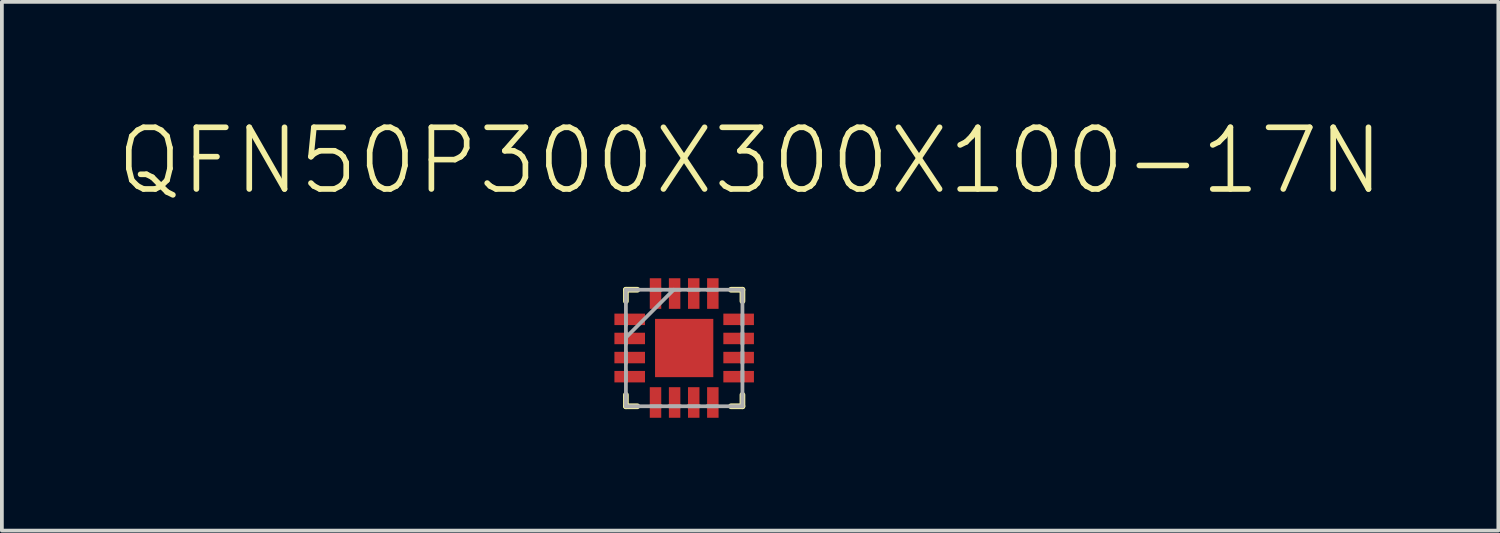
<source format=kicad_pcb>
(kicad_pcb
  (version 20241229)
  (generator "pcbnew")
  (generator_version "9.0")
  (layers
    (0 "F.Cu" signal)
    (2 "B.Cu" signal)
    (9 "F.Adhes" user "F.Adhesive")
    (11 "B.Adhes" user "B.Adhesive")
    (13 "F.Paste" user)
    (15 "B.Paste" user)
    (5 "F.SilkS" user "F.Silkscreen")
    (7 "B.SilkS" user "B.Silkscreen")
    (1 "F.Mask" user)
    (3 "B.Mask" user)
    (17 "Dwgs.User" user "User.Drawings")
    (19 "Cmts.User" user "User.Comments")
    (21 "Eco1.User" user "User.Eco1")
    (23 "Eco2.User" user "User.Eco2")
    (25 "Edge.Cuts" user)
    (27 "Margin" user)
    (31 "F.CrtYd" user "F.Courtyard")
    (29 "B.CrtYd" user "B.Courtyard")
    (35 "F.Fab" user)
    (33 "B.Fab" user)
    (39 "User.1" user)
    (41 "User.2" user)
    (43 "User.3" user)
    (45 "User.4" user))
  (footprint "QFN50P300X300X100-17N"
    (layer "F.Cu")
    (at 15.139 6.202)
    (property "Reference" "QFN50P300X300X100-17N" (at 1.753 -4.979 0) (layer "F.SilkS") (effects (font (size 1.64 1.64) (thickness 0.15))))
    (attr through_hole)
    (fp_line (start -1.549 -1.549) (end -1.549 -1.245) (stroke (width 0.152) (type solid)) (layer "F.SilkS"))
    (fp_line (start -1.549 1.245) (end -1.549 1.549) (stroke (width 0.152) (type solid)) (layer "F.SilkS"))
    (fp_line (start -1.549 1.549) (end -1.245 1.549) (stroke (width 0.152) (type solid)) (layer "F.SilkS"))
    (fp_line (start -1.245 -1.549) (end -1.549 -1.549) (stroke (width 0.152) (type solid)) (layer "F.SilkS"))
    (fp_line (start 1.245 1.549) (end 1.549 1.549) (stroke (width 0.152) (type solid)) (layer "F.SilkS"))
    (fp_line (start 1.549 -1.549) (end 1.245 -1.549) (stroke (width 0.152) (type solid)) (layer "F.SilkS"))
    (fp_line (start 1.549 -1.245) (end 1.549 -1.549) (stroke (width 0.152) (type solid)) (layer "F.SilkS"))
    (fp_line (start 1.549 1.549) (end 1.549 1.245) (stroke (width 0.152) (type solid)) (layer "F.SilkS"))
    (fp_line (start -1.549 -1.549) (end -1.549 1.549) (stroke (width 0.1) (type solid)) (layer "F.Fab"))
    (fp_line (start -1.549 -0.889) (end -1.549 -0.61) (stroke (width 0.1) (type solid)) (layer "F.Fab"))
    (fp_line (start -1.549 -0.406) (end -1.549 -0.102) (stroke (width 0.1) (type solid)) (layer "F.Fab"))
    (fp_line (start -1.549 -0.279) (end -0.279 -1.549) (stroke (width 0.1) (type solid)) (layer "F.Fab"))
    (fp_line (start -1.549 0.102) (end -1.549 0.406) (stroke (width 0.1) (type solid)) (layer "F.Fab"))
    (fp_line (start -1.549 0.61) (end -1.549 0.889) (stroke (width 0.1) (type solid)) (layer "F.Fab"))
    (fp_line (start -1.549 1.549) (end 1.549 1.549) (stroke (width 0.1) (type solid)) (layer "F.Fab"))
    (fp_line (start -0.889 1.549) (end -0.61 1.549) (stroke (width 0.1) (type solid)) (layer "F.Fab"))
    (fp_line (start -0.61 -1.549) (end -0.889 -1.549) (stroke (width 0.1) (type solid)) (layer "F.Fab"))
    (fp_line (start -0.406 1.549) (end -0.102 1.549) (stroke (width 0.1) (type solid)) (layer "F.Fab"))
    (fp_line (start -0.102 -1.549) (end -0.406 -1.549) (stroke (width 0.1) (type solid)) (layer "F.Fab"))
    (fp_line (start 0.102 1.549) (end 0.406 1.549) (stroke (width 0.1) (type solid)) (layer "F.Fab"))
    (fp_line (start 0.406 -1.549) (end 0.102 -1.549) (stroke (width 0.1) (type solid)) (layer "F.Fab"))
    (fp_line (start 0.61 1.549) (end 0.889 1.549) (stroke (width 0.1) (type solid)) (layer "F.Fab"))
    (fp_line (start 0.889 -1.549) (end 0.61 -1.549) (stroke (width 0.1) (type solid)) (layer "F.Fab"))
    (fp_line (start 1.549 -1.549) (end -1.549 -1.549) (stroke (width 0.1) (type solid)) (layer "F.Fab"))
    (fp_line (start 1.549 -0.61) (end 1.549 -0.889) (stroke (width 0.1) (type solid)) (layer "F.Fab"))
    (fp_line (start 1.549 -0.102) (end 1.549 -0.406) (stroke (width 0.1) (type solid)) (layer "F.Fab"))
    (fp_line (start 1.549 0.406) (end 1.549 0.102) (stroke (width 0.1) (type solid)) (layer "F.Fab"))
    (fp_line (start 1.549 0.889) (end 1.549 0.61) (stroke (width 0.1) (type solid)) (layer "F.Fab"))
    (fp_line (start 1.549 1.549) (end 1.549 -1.549) (stroke (width 0.1) (type solid)) (layer "F.Fab"))
    (pad "1" smd rect (at -1.448 -0.762) (size 0.813 0.305) (layers "F.Cu" "F.Mask" "F.Paste"))
    (pad "2" smd rect (at -1.448 -0.254) (size 0.813 0.305) (layers "F.Cu" "F.Mask" "F.Paste"))
    (pad "3" smd rect (at -1.448 0.254) (size 0.813 0.305) (layers "F.Cu" "F.Mask" "F.Paste"))
    (pad "4" smd rect (at -1.448 0.762) (size 0.813 0.305) (layers "F.Cu" "F.Mask" "F.Paste"))
    (pad "5" smd rect (at -0.762 1.448) (size 0.305 0.813) (layers "F.Cu" "F.Mask" "F.Paste"))
    (pad "6" smd rect (at -0.254 1.448) (size 0.305 0.813) (layers "F.Cu" "F.Mask" "F.Paste"))
    (pad "7" smd rect (at 0.254 1.448) (size 0.305 0.813) (layers "F.Cu" "F.Mask" "F.Paste"))
    (pad "8" smd rect (at 0.762 1.448) (size 0.305 0.813) (layers "F.Cu" "F.Mask" "F.Paste"))
    (pad "9" smd rect (at 1.448 0.762) (size 0.813 0.305) (layers "F.Cu" "F.Mask" "F.Paste"))
    (pad "10" smd rect (at 1.448 0.254) (size 0.813 0.305) (layers "F.Cu" "F.Mask" "F.Paste"))
    (pad "11" smd rect (at 1.448 -0.254) (size 0.813 0.305) (layers "F.Cu" "F.Mask" "F.Paste"))
    (pad "12" smd rect (at 1.448 -0.762) (size 0.813 0.305) (layers "F.Cu" "F.Mask" "F.Paste"))
    (pad "13" smd rect (at 0.762 -1.448) (size 0.305 0.813) (layers "F.Cu" "F.Mask" "F.Paste"))
    (pad "14" smd rect (at 0.254 -1.448) (size 0.305 0.813) (layers "F.Cu" "F.Mask" "F.Paste"))
    (pad "15" smd rect (at -0.254 -1.448) (size 0.305 0.813) (layers "F.Cu" "F.Mask" "F.Paste"))
    (pad "16" smd rect (at -0.762 -1.448) (size 0.305 0.813) (layers "F.Cu" "F.Mask" "F.Paste"))
    (pad "17" smd rect (at 0 0) (size 1.549 1.549) (layers "F.Cu" "F.Mask" "F.Paste")))
  (gr_rect
    (start -3 -3)
    (end 36.784 11.056)
    (stroke (width 0.1) (type default))
    (fill no)
    (layer "Edge.Cuts")))
</source>
